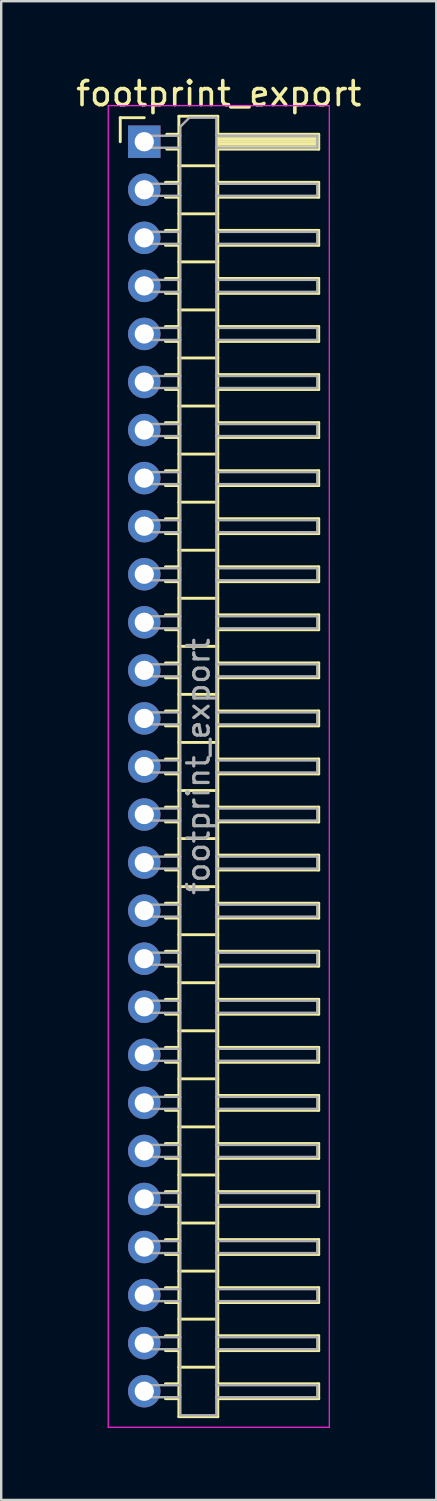
<source format=kicad_pcb>
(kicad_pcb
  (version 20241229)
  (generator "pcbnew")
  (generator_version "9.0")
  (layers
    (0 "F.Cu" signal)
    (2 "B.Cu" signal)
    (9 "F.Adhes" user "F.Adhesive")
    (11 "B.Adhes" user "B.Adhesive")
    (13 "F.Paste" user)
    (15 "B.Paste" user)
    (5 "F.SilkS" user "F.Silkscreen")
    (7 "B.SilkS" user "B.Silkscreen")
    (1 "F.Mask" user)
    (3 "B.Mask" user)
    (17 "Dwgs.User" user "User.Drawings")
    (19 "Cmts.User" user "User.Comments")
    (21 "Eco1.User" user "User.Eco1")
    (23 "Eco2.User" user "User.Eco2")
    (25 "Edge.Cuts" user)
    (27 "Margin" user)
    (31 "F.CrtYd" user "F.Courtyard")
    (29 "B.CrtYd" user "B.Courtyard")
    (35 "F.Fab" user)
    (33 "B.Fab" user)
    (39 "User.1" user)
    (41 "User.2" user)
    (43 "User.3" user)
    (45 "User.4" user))
  (footprint "footprint_export"
    (layer "F.Cu")
    (at 2.954 2.848)
    (property "Reference" "footprint_export" (at 3.1 -2 0) (layer "F.SilkS") (effects (font (size 1 1) (thickness 0.15))))
    (attr through_hole)
    (fp_line (start -1 -1) (end 0 -1) (stroke (width 0.12) (type solid)) (layer "F.SilkS"))
    (fp_line (start -1 0) (end -1 -1) (stroke (width 0.12) (type solid)) (layer "F.SilkS"))
    (fp_line (start 0.882 1.69) (end 1.44 1.69) (stroke (width 0.12) (type solid)) (layer "F.SilkS"))
    (fp_line (start 0.882 2.31) (end 1.44 2.31) (stroke (width 0.12) (type solid)) (layer "F.SilkS"))
    (fp_line (start 0.882 3.69) (end 1.44 3.69) (stroke (width 0.12) (type solid)) (layer "F.SilkS"))
    (fp_line (start 0.882 4.31) (end 1.44 4.31) (stroke (width 0.12) (type solid)) (layer "F.SilkS"))
    (fp_line (start 0.882 5.69) (end 1.44 5.69) (stroke (width 0.12) (type solid)) (layer "F.SilkS"))
    (fp_line (start 0.882 6.31) (end 1.44 6.31) (stroke (width 0.12) (type solid)) (layer "F.SilkS"))
    (fp_line (start 0.882 7.69) (end 1.44 7.69) (stroke (width 0.12) (type solid)) (layer "F.SilkS"))
    (fp_line (start 0.882 8.31) (end 1.44 8.31) (stroke (width 0.12) (type solid)) (layer "F.SilkS"))
    (fp_line (start 0.882 9.69) (end 1.44 9.69) (stroke (width 0.12) (type solid)) (layer "F.SilkS"))
    (fp_line (start 0.882 10.31) (end 1.44 10.31) (stroke (width 0.12) (type solid)) (layer "F.SilkS"))
    (fp_line (start 0.882 11.69) (end 1.44 11.69) (stroke (width 0.12) (type solid)) (layer "F.SilkS"))
    (fp_line (start 0.882 12.31) (end 1.44 12.31) (stroke (width 0.12) (type solid)) (layer "F.SilkS"))
    (fp_line (start 0.882 13.69) (end 1.44 13.69) (stroke (width 0.12) (type solid)) (layer "F.SilkS"))
    (fp_line (start 0.882 14.31) (end 1.44 14.31) (stroke (width 0.12) (type solid)) (layer "F.SilkS"))
    (fp_line (start 0.882 15.69) (end 1.44 15.69) (stroke (width 0.12) (type solid)) (layer "F.SilkS"))
    (fp_line (start 0.882 16.31) (end 1.44 16.31) (stroke (width 0.12) (type solid)) (layer "F.SilkS"))
    (fp_line (start 0.882 17.69) (end 1.44 17.69) (stroke (width 0.12) (type solid)) (layer "F.SilkS"))
    (fp_line (start 0.882 18.31) (end 1.44 18.31) (stroke (width 0.12) (type solid)) (layer "F.SilkS"))
    (fp_line (start 0.882 19.69) (end 1.44 19.69) (stroke (width 0.12) (type solid)) (layer "F.SilkS"))
    (fp_line (start 0.882 20.31) (end 1.44 20.31) (stroke (width 0.12) (type solid)) (layer "F.SilkS"))
    (fp_line (start 0.882 21.69) (end 1.44 21.69) (stroke (width 0.12) (type solid)) (layer "F.SilkS"))
    (fp_line (start 0.882 22.31) (end 1.44 22.31) (stroke (width 0.12) (type solid)) (layer "F.SilkS"))
    (fp_line (start 0.882 23.69) (end 1.44 23.69) (stroke (width 0.12) (type solid)) (layer "F.SilkS"))
    (fp_line (start 0.882 24.31) (end 1.44 24.31) (stroke (width 0.12) (type solid)) (layer "F.SilkS"))
    (fp_line (start 0.882 25.69) (end 1.44 25.69) (stroke (width 0.12) (type solid)) (layer "F.SilkS"))
    (fp_line (start 0.882 26.31) (end 1.44 26.31) (stroke (width 0.12) (type solid)) (layer "F.SilkS"))
    (fp_line (start 0.882 27.69) (end 1.44 27.69) (stroke (width 0.12) (type solid)) (layer "F.SilkS"))
    (fp_line (start 0.882 28.31) (end 1.44 28.31) (stroke (width 0.12) (type solid)) (layer "F.SilkS"))
    (fp_line (start 0.882 29.69) (end 1.44 29.69) (stroke (width 0.12) (type solid)) (layer "F.SilkS"))
    (fp_line (start 0.882 30.31) (end 1.44 30.31) (stroke (width 0.12) (type solid)) (layer "F.SilkS"))
    (fp_line (start 0.882 31.69) (end 1.44 31.69) (stroke (width 0.12) (type solid)) (layer "F.SilkS"))
    (fp_line (start 0.882 32.31) (end 1.44 32.31) (stroke (width 0.12) (type solid)) (layer "F.SilkS"))
    (fp_line (start 0.882 33.69) (end 1.44 33.69) (stroke (width 0.12) (type solid)) (layer "F.SilkS"))
    (fp_line (start 0.882 34.31) (end 1.44 34.31) (stroke (width 0.12) (type solid)) (layer "F.SilkS"))
    (fp_line (start 0.882 35.69) (end 1.44 35.69) (stroke (width 0.12) (type solid)) (layer "F.SilkS"))
    (fp_line (start 0.882 36.31) (end 1.44 36.31) (stroke (width 0.12) (type solid)) (layer "F.SilkS"))
    (fp_line (start 0.882 37.69) (end 1.44 37.69) (stroke (width 0.12) (type solid)) (layer "F.SilkS"))
    (fp_line (start 0.882 38.31) (end 1.44 38.31) (stroke (width 0.12) (type solid)) (layer "F.SilkS"))
    (fp_line (start 0.882 39.69) (end 1.44 39.69) (stroke (width 0.12) (type solid)) (layer "F.SilkS"))
    (fp_line (start 0.882 40.31) (end 1.44 40.31) (stroke (width 0.12) (type solid)) (layer "F.SilkS"))
    (fp_line (start 0.882 41.69) (end 1.44 41.69) (stroke (width 0.12) (type solid)) (layer "F.SilkS"))
    (fp_line (start 0.882 42.31) (end 1.44 42.31) (stroke (width 0.12) (type solid)) (layer "F.SilkS"))
    (fp_line (start 0.882 43.69) (end 1.44 43.69) (stroke (width 0.12) (type solid)) (layer "F.SilkS"))
    (fp_line (start 0.882 44.31) (end 1.44 44.31) (stroke (width 0.12) (type solid)) (layer "F.SilkS"))
    (fp_line (start 0.882 45.69) (end 1.44 45.69) (stroke (width 0.12) (type solid)) (layer "F.SilkS"))
    (fp_line (start 0.882 46.31) (end 1.44 46.31) (stroke (width 0.12) (type solid)) (layer "F.SilkS"))
    (fp_line (start 0.882 47.69) (end 1.44 47.69) (stroke (width 0.12) (type solid)) (layer "F.SilkS"))
    (fp_line (start 0.882 48.31) (end 1.44 48.31) (stroke (width 0.12) (type solid)) (layer "F.SilkS"))
    (fp_line (start 0.882 49.69) (end 1.44 49.69) (stroke (width 0.12) (type solid)) (layer "F.SilkS"))
    (fp_line (start 0.882 50.31) (end 1.44 50.31) (stroke (width 0.12) (type solid)) (layer "F.SilkS"))
    (fp_line (start 0.882 51.69) (end 1.44 51.69) (stroke (width 0.12) (type solid)) (layer "F.SilkS"))
    (fp_line (start 0.882 52.31) (end 1.44 52.31) (stroke (width 0.12) (type solid)) (layer "F.SilkS"))
    (fp_line (start 0.935 -0.31) (end 1.44 -0.31) (stroke (width 0.12) (type solid)) (layer "F.SilkS"))
    (fp_line (start 0.935 0.31) (end 1.44 0.31) (stroke (width 0.12) (type solid)) (layer "F.SilkS"))
    (fp_line (start 1.44 -1.06) (end 1.44 53.06) (stroke (width 0.12) (type solid)) (layer "F.SilkS"))
    (fp_line (start 1.44 1) (end 3.06 1) (stroke (width 0.12) (type solid)) (layer "F.SilkS"))
    (fp_line (start 1.44 3) (end 3.06 3) (stroke (width 0.12) (type solid)) (layer "F.SilkS"))
    (fp_line (start 1.44 5) (end 3.06 5) (stroke (width 0.12) (type solid)) (layer "F.SilkS"))
    (fp_line (start 1.44 7) (end 3.06 7) (stroke (width 0.12) (type solid)) (layer "F.SilkS"))
    (fp_line (start 1.44 9) (end 3.06 9) (stroke (width 0.12) (type solid)) (layer "F.SilkS"))
    (fp_line (start 1.44 11) (end 3.06 11) (stroke (width 0.12) (type solid)) (layer "F.SilkS"))
    (fp_line (start 1.44 13) (end 3.06 13) (stroke (width 0.12) (type solid)) (layer "F.SilkS"))
    (fp_line (start 1.44 15) (end 3.06 15) (stroke (width 0.12) (type solid)) (layer "F.SilkS"))
    (fp_line (start 1.44 17) (end 3.06 17) (stroke (width 0.12) (type solid)) (layer "F.SilkS"))
    (fp_line (start 1.44 19) (end 3.06 19) (stroke (width 0.12) (type solid)) (layer "F.SilkS"))
    (fp_line (start 1.44 21) (end 3.06 21) (stroke (width 0.12) (type solid)) (layer "F.SilkS"))
    (fp_line (start 1.44 23) (end 3.06 23) (stroke (width 0.12) (type solid)) (layer "F.SilkS"))
    (fp_line (start 1.44 25) (end 3.06 25) (stroke (width 0.12) (type solid)) (layer "F.SilkS"))
    (fp_line (start 1.44 27) (end 3.06 27) (stroke (width 0.12) (type solid)) (layer "F.SilkS"))
    (fp_line (start 1.44 29) (end 3.06 29) (stroke (width 0.12) (type solid)) (layer "F.SilkS"))
    (fp_line (start 1.44 31) (end 3.06 31) (stroke (width 0.12) (type solid)) (layer "F.SilkS"))
    (fp_line (start 1.44 33) (end 3.06 33) (stroke (width 0.12) (type solid)) (layer "F.SilkS"))
    (fp_line (start 1.44 35) (end 3.06 35) (stroke (width 0.12) (type solid)) (layer "F.SilkS"))
    (fp_line (start 1.44 37) (end 3.06 37) (stroke (width 0.12) (type solid)) (layer "F.SilkS"))
    (fp_line (start 1.44 39) (end 3.06 39) (stroke (width 0.12) (type solid)) (layer "F.SilkS"))
    (fp_line (start 1.44 41) (end 3.06 41) (stroke (width 0.12) (type solid)) (layer "F.SilkS"))
    (fp_line (start 1.44 43) (end 3.06 43) (stroke (width 0.12) (type solid)) (layer "F.SilkS"))
    (fp_line (start 1.44 45) (end 3.06 45) (stroke (width 0.12) (type solid)) (layer "F.SilkS"))
    (fp_line (start 1.44 47) (end 3.06 47) (stroke (width 0.12) (type solid)) (layer "F.SilkS"))
    (fp_line (start 1.44 49) (end 3.06 49) (stroke (width 0.12) (type solid)) (layer "F.SilkS"))
    (fp_line (start 1.44 51) (end 3.06 51) (stroke (width 0.12) (type solid)) (layer "F.SilkS"))
    (fp_line (start 1.44 53.06) (end 3.06 53.06) (stroke (width 0.12) (type solid)) (layer "F.SilkS"))
    (fp_line (start 3.06 -1.06) (end 1.44 -1.06) (stroke (width 0.12) (type solid)) (layer "F.SilkS"))
    (fp_line (start 3.06 -0.31) (end 7.26 -0.31) (stroke (width 0.12) (type solid)) (layer "F.SilkS"))
    (fp_line (start 3.06 -0.25) (end 7.26 -0.25) (stroke (width 0.12) (type solid)) (layer "F.SilkS"))
    (fp_line (start 3.06 -0.13) (end 7.26 -0.13) (stroke (width 0.12) (type solid)) (layer "F.SilkS"))
    (fp_line (start 3.06 -0.01) (end 7.26 -0.01) (stroke (width 0.12) (type solid)) (layer "F.SilkS"))
    (fp_line (start 3.06 0.11) (end 7.26 0.11) (stroke (width 0.12) (type solid)) (layer "F.SilkS"))
    (fp_line (start 3.06 0.23) (end 7.26 0.23) (stroke (width 0.12) (type solid)) (layer "F.SilkS"))
    (fp_line (start 3.06 1.69) (end 7.26 1.69) (stroke (width 0.12) (type solid)) (layer "F.SilkS"))
    (fp_line (start 3.06 3.69) (end 7.26 3.69) (stroke (width 0.12) (type solid)) (layer "F.SilkS"))
    (fp_line (start 3.06 5.69) (end 7.26 5.69) (stroke (width 0.12) (type solid)) (layer "F.SilkS"))
    (fp_line (start 3.06 7.69) (end 7.26 7.69) (stroke (width 0.12) (type solid)) (layer "F.SilkS"))
    (fp_line (start 3.06 9.69) (end 7.26 9.69) (stroke (width 0.12) (type solid)) (layer "F.SilkS"))
    (fp_line (start 3.06 11.69) (end 7.26 11.69) (stroke (width 0.12) (type solid)) (layer "F.SilkS"))
    (fp_line (start 3.06 13.69) (end 7.26 13.69) (stroke (width 0.12) (type solid)) (layer "F.SilkS"))
    (fp_line (start 3.06 15.69) (end 7.26 15.69) (stroke (width 0.12) (type solid)) (layer "F.SilkS"))
    (fp_line (start 3.06 17.69) (end 7.26 17.69) (stroke (width 0.12) (type solid)) (layer "F.SilkS"))
    (fp_line (start 3.06 19.69) (end 7.26 19.69) (stroke (width 0.12) (type solid)) (layer "F.SilkS"))
    (fp_line (start 3.06 21.69) (end 7.26 21.69) (stroke (width 0.12) (type solid)) (layer "F.SilkS"))
    (fp_line (start 3.06 23.69) (end 7.26 23.69) (stroke (width 0.12) (type solid)) (layer "F.SilkS"))
    (fp_line (start 3.06 25.69) (end 7.26 25.69) (stroke (width 0.12) (type solid)) (layer "F.SilkS"))
    (fp_line (start 3.06 27.69) (end 7.26 27.69) (stroke (width 0.12) (type solid)) (layer "F.SilkS"))
    (fp_line (start 3.06 29.69) (end 7.26 29.69) (stroke (width 0.12) (type solid)) (layer "F.SilkS"))
    (fp_line (start 3.06 31.69) (end 7.26 31.69) (stroke (width 0.12) (type solid)) (layer "F.SilkS"))
    (fp_line (start 3.06 33.69) (end 7.26 33.69) (stroke (width 0.12) (type solid)) (layer "F.SilkS"))
    (fp_line (start 3.06 35.69) (end 7.26 35.69) (stroke (width 0.12) (type solid)) (layer "F.SilkS"))
    (fp_line (start 3.06 37.69) (end 7.26 37.69) (stroke (width 0.12) (type solid)) (layer "F.SilkS"))
    (fp_line (start 3.06 39.69) (end 7.26 39.69) (stroke (width 0.12) (type solid)) (layer "F.SilkS"))
    (fp_line (start 3.06 41.69) (end 7.26 41.69) (stroke (width 0.12) (type solid)) (layer "F.SilkS"))
    (fp_line (start 3.06 43.69) (end 7.26 43.69) (stroke (width 0.12) (type solid)) (layer "F.SilkS"))
    (fp_line (start 3.06 45.69) (end 7.26 45.69) (stroke (width 0.12) (type solid)) (layer "F.SilkS"))
    (fp_line (start 3.06 47.69) (end 7.26 47.69) (stroke (width 0.12) (type solid)) (layer "F.SilkS"))
    (fp_line (start 3.06 49.69) (end 7.26 49.69) (stroke (width 0.12) (type solid)) (layer "F.SilkS"))
    (fp_line (start 3.06 51.69) (end 7.26 51.69) (stroke (width 0.12) (type solid)) (layer "F.SilkS"))
    (fp_line (start 3.06 53.06) (end 3.06 -1.06) (stroke (width 0.12) (type solid)) (layer "F.SilkS"))
    (fp_line (start 7.26 -0.31) (end 7.26 0.31) (stroke (width 0.12) (type solid)) (layer "F.SilkS"))
    (fp_line (start 7.26 0.31) (end 3.06 0.31) (stroke (width 0.12) (type solid)) (layer "F.SilkS"))
    (fp_line (start 7.26 1.69) (end 7.26 2.31) (stroke (width 0.12) (type solid)) (layer "F.SilkS"))
    (fp_line (start 7.26 2.31) (end 3.06 2.31) (stroke (width 0.12) (type solid)) (layer "F.SilkS"))
    (fp_line (start 7.26 3.69) (end 7.26 4.31) (stroke (width 0.12) (type solid)) (layer "F.SilkS"))
    (fp_line (start 7.26 4.31) (end 3.06 4.31) (stroke (width 0.12) (type solid)) (layer "F.SilkS"))
    (fp_line (start 7.26 5.69) (end 7.26 6.31) (stroke (width 0.12) (type solid)) (layer "F.SilkS"))
    (fp_line (start 7.26 6.31) (end 3.06 6.31) (stroke (width 0.12) (type solid)) (layer "F.SilkS"))
    (fp_line (start 7.26 7.69) (end 7.26 8.31) (stroke (width 0.12) (type solid)) (layer "F.SilkS"))
    (fp_line (start 7.26 8.31) (end 3.06 8.31) (stroke (width 0.12) (type solid)) (layer "F.SilkS"))
    (fp_line (start 7.26 9.69) (end 7.26 10.31) (stroke (width 0.12) (type solid)) (layer "F.SilkS"))
    (fp_line (start 7.26 10.31) (end 3.06 10.31) (stroke (width 0.12) (type solid)) (layer "F.SilkS"))
    (fp_line (start 7.26 11.69) (end 7.26 12.31) (stroke (width 0.12) (type solid)) (layer "F.SilkS"))
    (fp_line (start 7.26 12.31) (end 3.06 12.31) (stroke (width 0.12) (type solid)) (layer "F.SilkS"))
    (fp_line (start 7.26 13.69) (end 7.26 14.31) (stroke (width 0.12) (type solid)) (layer "F.SilkS"))
    (fp_line (start 7.26 14.31) (end 3.06 14.31) (stroke (width 0.12) (type solid)) (layer "F.SilkS"))
    (fp_line (start 7.26 15.69) (end 7.26 16.31) (stroke (width 0.12) (type solid)) (layer "F.SilkS"))
    (fp_line (start 7.26 16.31) (end 3.06 16.31) (stroke (width 0.12) (type solid)) (layer "F.SilkS"))
    (fp_line (start 7.26 17.69) (end 7.26 18.31) (stroke (width 0.12) (type solid)) (layer "F.SilkS"))
    (fp_line (start 7.26 18.31) (end 3.06 18.31) (stroke (width 0.12) (type solid)) (layer "F.SilkS"))
    (fp_line (start 7.26 19.69) (end 7.26 20.31) (stroke (width 0.12) (type solid)) (layer "F.SilkS"))
    (fp_line (start 7.26 20.31) (end 3.06 20.31) (stroke (width 0.12) (type solid)) (layer "F.SilkS"))
    (fp_line (start 7.26 21.69) (end 7.26 22.31) (stroke (width 0.12) (type solid)) (layer "F.SilkS"))
    (fp_line (start 7.26 22.31) (end 3.06 22.31) (stroke (width 0.12) (type solid)) (layer "F.SilkS"))
    (fp_line (start 7.26 23.69) (end 7.26 24.31) (stroke (width 0.12) (type solid)) (layer "F.SilkS"))
    (fp_line (start 7.26 24.31) (end 3.06 24.31) (stroke (width 0.12) (type solid)) (layer "F.SilkS"))
    (fp_line (start 7.26 25.69) (end 7.26 26.31) (stroke (width 0.12) (type solid)) (layer "F.SilkS"))
    (fp_line (start 7.26 26.31) (end 3.06 26.31) (stroke (width 0.12) (type solid)) (layer "F.SilkS"))
    (fp_line (start 7.26 27.69) (end 7.26 28.31) (stroke (width 0.12) (type solid)) (layer "F.SilkS"))
    (fp_line (start 7.26 28.31) (end 3.06 28.31) (stroke (width 0.12) (type solid)) (layer "F.SilkS"))
    (fp_line (start 7.26 29.69) (end 7.26 30.31) (stroke (width 0.12) (type solid)) (layer "F.SilkS"))
    (fp_line (start 7.26 30.31) (end 3.06 30.31) (stroke (width 0.12) (type solid)) (layer "F.SilkS"))
    (fp_line (start 7.26 31.69) (end 7.26 32.31) (stroke (width 0.12) (type solid)) (layer "F.SilkS"))
    (fp_line (start 7.26 32.31) (end 3.06 32.31) (stroke (width 0.12) (type solid)) (layer "F.SilkS"))
    (fp_line (start 7.26 33.69) (end 7.26 34.31) (stroke (width 0.12) (type solid)) (layer "F.SilkS"))
    (fp_line (start 7.26 34.31) (end 3.06 34.31) (stroke (width 0.12) (type solid)) (layer "F.SilkS"))
    (fp_line (start 7.26 35.69) (end 7.26 36.31) (stroke (width 0.12) (type solid)) (layer "F.SilkS"))
    (fp_line (start 7.26 36.31) (end 3.06 36.31) (stroke (width 0.12) (type solid)) (layer "F.SilkS"))
    (fp_line (start 7.26 37.69) (end 7.26 38.31) (stroke (width 0.12) (type solid)) (layer "F.SilkS"))
    (fp_line (start 7.26 38.31) (end 3.06 38.31) (stroke (width 0.12) (type solid)) (layer "F.SilkS"))
    (fp_line (start 7.26 39.69) (end 7.26 40.31) (stroke (width 0.12) (type solid)) (layer "F.SilkS"))
    (fp_line (start 7.26 40.31) (end 3.06 40.31) (stroke (width 0.12) (type solid)) (layer "F.SilkS"))
    (fp_line (start 7.26 41.69) (end 7.26 42.31) (stroke (width 0.12) (type solid)) (layer "F.SilkS"))
    (fp_line (start 7.26 42.31) (end 3.06 42.31) (stroke (width 0.12) (type solid)) (layer "F.SilkS"))
    (fp_line (start 7.26 43.69) (end 7.26 44.31) (stroke (width 0.12) (type solid)) (layer "F.SilkS"))
    (fp_line (start 7.26 44.31) (end 3.06 44.31) (stroke (width 0.12) (type solid)) (layer "F.SilkS"))
    (fp_line (start 7.26 45.69) (end 7.26 46.31) (stroke (width 0.12) (type solid)) (layer "F.SilkS"))
    (fp_line (start 7.26 46.31) (end 3.06 46.31) (stroke (width 0.12) (type solid)) (layer "F.SilkS"))
    (fp_line (start 7.26 47.69) (end 7.26 48.31) (stroke (width 0.12) (type solid)) (layer "F.SilkS"))
    (fp_line (start 7.26 48.31) (end 3.06 48.31) (stroke (width 0.12) (type solid)) (layer "F.SilkS"))
    (fp_line (start 7.26 49.69) (end 7.26 50.31) (stroke (width 0.12) (type solid)) (layer "F.SilkS"))
    (fp_line (start 7.26 50.31) (end 3.06 50.31) (stroke (width 0.12) (type solid)) (layer "F.SilkS"))
    (fp_line (start 7.26 51.69) (end 7.26 52.31) (stroke (width 0.12) (type solid)) (layer "F.SilkS"))
    (fp_line (start 7.26 52.31) (end 3.06 52.31) (stroke (width 0.12) (type solid)) (layer "F.SilkS"))
    (fp_line (start -1.5 -1.5) (end -1.5 53.5) (stroke (width 0.05) (type solid)) (layer "F.CrtYd"))
    (fp_line (start -1.5 53.5) (end 7.7 53.5) (stroke (width 0.05) (type solid)) (layer "F.CrtYd"))
    (fp_line (start 7.7 -1.5) (end -1.5 -1.5) (stroke (width 0.05) (type solid)) (layer "F.CrtYd"))
    (fp_line (start 7.7 53.5) (end 7.7 -1.5) (stroke (width 0.05) (type solid)) (layer "F.CrtYd"))
    (fp_line (start -0.25 -0.25) (end -0.25 0.25) (stroke (width 0.1) (type solid)) (layer "F.Fab"))
    (fp_line (start -0.25 -0.25) (end 1.5 -0.25) (stroke (width 0.1) (type solid)) (layer "F.Fab"))
    (fp_line (start -0.25 0.25) (end 1.5 0.25) (stroke (width 0.1) (type solid)) (layer "F.Fab"))
    (fp_line (start -0.25 1.75) (end -0.25 2.25) (stroke (width 0.1) (type solid)) (layer "F.Fab"))
    (fp_line (start -0.25 1.75) (end 1.5 1.75) (stroke (width 0.1) (type solid)) (layer "F.Fab"))
    (fp_line (start -0.25 2.25) (end 1.5 2.25) (stroke (width 0.1) (type solid)) (layer "F.Fab"))
    (fp_line (start -0.25 3.75) (end -0.25 4.25) (stroke (width 0.1) (type solid)) (layer "F.Fab"))
    (fp_line (start -0.25 3.75) (end 1.5 3.75) (stroke (width 0.1) (type solid)) (layer "F.Fab"))
    (fp_line (start -0.25 4.25) (end 1.5 4.25) (stroke (width 0.1) (type solid)) (layer "F.Fab"))
    (fp_line (start -0.25 5.75) (end -0.25 6.25) (stroke (width 0.1) (type solid)) (layer "F.Fab"))
    (fp_line (start -0.25 5.75) (end 1.5 5.75) (stroke (width 0.1) (type solid)) (layer "F.Fab"))
    (fp_line (start -0.25 6.25) (end 1.5 6.25) (stroke (width 0.1) (type solid)) (layer "F.Fab"))
    (fp_line (start -0.25 7.75) (end -0.25 8.25) (stroke (width 0.1) (type solid)) (layer "F.Fab"))
    (fp_line (start -0.25 7.75) (end 1.5 7.75) (stroke (width 0.1) (type solid)) (layer "F.Fab"))
    (fp_line (start -0.25 8.25) (end 1.5 8.25) (stroke (width 0.1) (type solid)) (layer "F.Fab"))
    (fp_line (start -0.25 9.75) (end -0.25 10.25) (stroke (width 0.1) (type solid)) (layer "F.Fab"))
    (fp_line (start -0.25 9.75) (end 1.5 9.75) (stroke (width 0.1) (type solid)) (layer "F.Fab"))
    (fp_line (start -0.25 10.25) (end 1.5 10.25) (stroke (width 0.1) (type solid)) (layer "F.Fab"))
    (fp_line (start -0.25 11.75) (end -0.25 12.25) (stroke (width 0.1) (type solid)) (layer "F.Fab"))
    (fp_line (start -0.25 11.75) (end 1.5 11.75) (stroke (width 0.1) (type solid)) (layer "F.Fab"))
    (fp_line (start -0.25 12.25) (end 1.5 12.25) (stroke (width 0.1) (type solid)) (layer "F.Fab"))
    (fp_line (start -0.25 13.75) (end -0.25 14.25) (stroke (width 0.1) (type solid)) (layer "F.Fab"))
    (fp_line (start -0.25 13.75) (end 1.5 13.75) (stroke (width 0.1) (type solid)) (layer "F.Fab"))
    (fp_line (start -0.25 14.25) (end 1.5 14.25) (stroke (width 0.1) (type solid)) (layer "F.Fab"))
    (fp_line (start -0.25 15.75) (end -0.25 16.25) (stroke (width 0.1) (type solid)) (layer "F.Fab"))
    (fp_line (start -0.25 15.75) (end 1.5 15.75) (stroke (width 0.1) (type solid)) (layer "F.Fab"))
    (fp_line (start -0.25 16.25) (end 1.5 16.25) (stroke (width 0.1) (type solid)) (layer "F.Fab"))
    (fp_line (start -0.25 17.75) (end -0.25 18.25) (stroke (width 0.1) (type solid)) (layer "F.Fab"))
    (fp_line (start -0.25 17.75) (end 1.5 17.75) (stroke (width 0.1) (type solid)) (layer "F.Fab"))
    (fp_line (start -0.25 18.25) (end 1.5 18.25) (stroke (width 0.1) (type solid)) (layer "F.Fab"))
    (fp_line (start -0.25 19.75) (end -0.25 20.25) (stroke (width 0.1) (type solid)) (layer "F.Fab"))
    (fp_line (start -0.25 19.75) (end 1.5 19.75) (stroke (width 0.1) (type solid)) (layer "F.Fab"))
    (fp_line (start -0.25 20.25) (end 1.5 20.25) (stroke (width 0.1) (type solid)) (layer "F.Fab"))
    (fp_line (start -0.25 21.75) (end -0.25 22.25) (stroke (width 0.1) (type solid)) (layer "F.Fab"))
    (fp_line (start -0.25 21.75) (end 1.5 21.75) (stroke (width 0.1) (type solid)) (layer "F.Fab"))
    (fp_line (start -0.25 22.25) (end 1.5 22.25) (stroke (width 0.1) (type solid)) (layer "F.Fab"))
    (fp_line (start -0.25 23.75) (end -0.25 24.25) (stroke (width 0.1) (type solid)) (layer "F.Fab"))
    (fp_line (start -0.25 23.75) (end 1.5 23.75) (stroke (width 0.1) (type solid)) (layer "F.Fab"))
    (fp_line (start -0.25 24.25) (end 1.5 24.25) (stroke (width 0.1) (type solid)) (layer "F.Fab"))
    (fp_line (start -0.25 25.75) (end -0.25 26.25) (stroke (width 0.1) (type solid)) (layer "F.Fab"))
    (fp_line (start -0.25 25.75) (end 1.5 25.75) (stroke (width 0.1) (type solid)) (layer "F.Fab"))
    (fp_line (start -0.25 26.25) (end 1.5 26.25) (stroke (width 0.1) (type solid)) (layer "F.Fab"))
    (fp_line (start -0.25 27.75) (end -0.25 28.25) (stroke (width 0.1) (type solid)) (layer "F.Fab"))
    (fp_line (start -0.25 27.75) (end 1.5 27.75) (stroke (width 0.1) (type solid)) (layer "F.Fab"))
    (fp_line (start -0.25 28.25) (end 1.5 28.25) (stroke (width 0.1) (type solid)) (layer "F.Fab"))
    (fp_line (start -0.25 29.75) (end -0.25 30.25) (stroke (width 0.1) (type solid)) (layer "F.Fab"))
    (fp_line (start -0.25 29.75) (end 1.5 29.75) (stroke (width 0.1) (type solid)) (layer "F.Fab"))
    (fp_line (start -0.25 30.25) (end 1.5 30.25) (stroke (width 0.1) (type solid)) (layer "F.Fab"))
    (fp_line (start -0.25 31.75) (end -0.25 32.25) (stroke (width 0.1) (type solid)) (layer "F.Fab"))
    (fp_line (start -0.25 31.75) (end 1.5 31.75) (stroke (width 0.1) (type solid)) (layer "F.Fab"))
    (fp_line (start -0.25 32.25) (end 1.5 32.25) (stroke (width 0.1) (type solid)) (layer "F.Fab"))
    (fp_line (start -0.25 33.75) (end -0.25 34.25) (stroke (width 0.1) (type solid)) (layer "F.Fab"))
    (fp_line (start -0.25 33.75) (end 1.5 33.75) (stroke (width 0.1) (type solid)) (layer "F.Fab"))
    (fp_line (start -0.25 34.25) (end 1.5 34.25) (stroke (width 0.1) (type solid)) (layer "F.Fab"))
    (fp_line (start -0.25 35.75) (end -0.25 36.25) (stroke (width 0.1) (type solid)) (layer "F.Fab"))
    (fp_line (start -0.25 35.75) (end 1.5 35.75) (stroke (width 0.1) (type solid)) (layer "F.Fab"))
    (fp_line (start -0.25 36.25) (end 1.5 36.25) (stroke (width 0.1) (type solid)) (layer "F.Fab"))
    (fp_line (start -0.25 37.75) (end -0.25 38.25) (stroke (width 0.1) (type solid)) (layer "F.Fab"))
    (fp_line (start -0.25 37.75) (end 1.5 37.75) (stroke (width 0.1) (type solid)) (layer "F.Fab"))
    (fp_line (start -0.25 38.25) (end 1.5 38.25) (stroke (width 0.1) (type solid)) (layer "F.Fab"))
    (fp_line (start -0.25 39.75) (end -0.25 40.25) (stroke (width 0.1) (type solid)) (layer "F.Fab"))
    (fp_line (start -0.25 39.75) (end 1.5 39.75) (stroke (width 0.1) (type solid)) (layer "F.Fab"))
    (fp_line (start -0.25 40.25) (end 1.5 40.25) (stroke (width 0.1) (type solid)) (layer "F.Fab"))
    (fp_line (start -0.25 41.75) (end -0.25 42.25) (stroke (width 0.1) (type solid)) (layer "F.Fab"))
    (fp_line (start -0.25 41.75) (end 1.5 41.75) (stroke (width 0.1) (type solid)) (layer "F.Fab"))
    (fp_line (start -0.25 42.25) (end 1.5 42.25) (stroke (width 0.1) (type solid)) (layer "F.Fab"))
    (fp_line (start -0.25 43.75) (end -0.25 44.25) (stroke (width 0.1) (type solid)) (layer "F.Fab"))
    (fp_line (start -0.25 43.75) (end 1.5 43.75) (stroke (width 0.1) (type solid)) (layer "F.Fab"))
    (fp_line (start -0.25 44.25) (end 1.5 44.25) (stroke (width 0.1) (type solid)) (layer "F.Fab"))
    (fp_line (start -0.25 45.75) (end -0.25 46.25) (stroke (width 0.1) (type solid)) (layer "F.Fab"))
    (fp_line (start -0.25 45.75) (end 1.5 45.75) (stroke (width 0.1) (type solid)) (layer "F.Fab"))
    (fp_line (start -0.25 46.25) (end 1.5 46.25) (stroke (width 0.1) (type solid)) (layer "F.Fab"))
    (fp_line (start -0.25 47.75) (end -0.25 48.25) (stroke (width 0.1) (type solid)) (layer "F.Fab"))
    (fp_line (start -0.25 47.75) (end 1.5 47.75) (stroke (width 0.1) (type solid)) (layer "F.Fab"))
    (fp_line (start -0.25 48.25) (end 1.5 48.25) (stroke (width 0.1) (type solid)) (layer "F.Fab"))
    (fp_line (start -0.25 49.75) (end -0.25 50.25) (stroke (width 0.1) (type solid)) (layer "F.Fab"))
    (fp_line (start -0.25 49.75) (end 1.5 49.75) (stroke (width 0.1) (type solid)) (layer "F.Fab"))
    (fp_line (start -0.25 50.25) (end 1.5 50.25) (stroke (width 0.1) (type solid)) (layer "F.Fab"))
    (fp_line (start -0.25 51.75) (end -0.25 52.25) (stroke (width 0.1) (type solid)) (layer "F.Fab"))
    (fp_line (start -0.25 51.75) (end 1.5 51.75) (stroke (width 0.1) (type solid)) (layer "F.Fab"))
    (fp_line (start -0.25 52.25) (end 1.5 52.25) (stroke (width 0.1) (type solid)) (layer "F.Fab"))
    (fp_line (start 1.5 -0.625) (end 1.875 -1) (stroke (width 0.1) (type solid)) (layer "F.Fab"))
    (fp_line (start 1.5 53) (end 1.5 -0.625) (stroke (width 0.1) (type solid)) (layer "F.Fab"))
    (fp_line (start 1.875 -1) (end 3 -1) (stroke (width 0.1) (type solid)) (layer "F.Fab"))
    (fp_line (start 3 -1) (end 3 53) (stroke (width 0.1) (type solid)) (layer "F.Fab"))
    (fp_line (start 3 -0.25) (end 7.2 -0.25) (stroke (width 0.1) (type solid)) (layer "F.Fab"))
    (fp_line (start 3 0.25) (end 7.2 0.25) (stroke (width 0.1) (type solid)) (layer "F.Fab"))
    (fp_line (start 3 1.75) (end 7.2 1.75) (stroke (width 0.1) (type solid)) (layer "F.Fab"))
    (fp_line (start 3 2.25) (end 7.2 2.25) (stroke (width 0.1) (type solid)) (layer "F.Fab"))
    (fp_line (start 3 3.75) (end 7.2 3.75) (stroke (width 0.1) (type solid)) (layer "F.Fab"))
    (fp_line (start 3 4.25) (end 7.2 4.25) (stroke (width 0.1) (type solid)) (layer "F.Fab"))
    (fp_line (start 3 5.75) (end 7.2 5.75) (stroke (width 0.1) (type solid)) (layer "F.Fab"))
    (fp_line (start 3 6.25) (end 7.2 6.25) (stroke (width 0.1) (type solid)) (layer "F.Fab"))
    (fp_line (start 3 7.75) (end 7.2 7.75) (stroke (width 0.1) (type solid)) (layer "F.Fab"))
    (fp_line (start 3 8.25) (end 7.2 8.25) (stroke (width 0.1) (type solid)) (layer "F.Fab"))
    (fp_line (start 3 9.75) (end 7.2 9.75) (stroke (width 0.1) (type solid)) (layer "F.Fab"))
    (fp_line (start 3 10.25) (end 7.2 10.25) (stroke (width 0.1) (type solid)) (layer "F.Fab"))
    (fp_line (start 3 11.75) (end 7.2 11.75) (stroke (width 0.1) (type solid)) (layer "F.Fab"))
    (fp_line (start 3 12.25) (end 7.2 12.25) (stroke (width 0.1) (type solid)) (layer "F.Fab"))
    (fp_line (start 3 13.75) (end 7.2 13.75) (stroke (width 0.1) (type solid)) (layer "F.Fab"))
    (fp_line (start 3 14.25) (end 7.2 14.25) (stroke (width 0.1) (type solid)) (layer "F.Fab"))
    (fp_line (start 3 15.75) (end 7.2 15.75) (stroke (width 0.1) (type solid)) (layer "F.Fab"))
    (fp_line (start 3 16.25) (end 7.2 16.25) (stroke (width 0.1) (type solid)) (layer "F.Fab"))
    (fp_line (start 3 17.75) (end 7.2 17.75) (stroke (width 0.1) (type solid)) (layer "F.Fab"))
    (fp_line (start 3 18.25) (end 7.2 18.25) (stroke (width 0.1) (type solid)) (layer "F.Fab"))
    (fp_line (start 3 19.75) (end 7.2 19.75) (stroke (width 0.1) (type solid)) (layer "F.Fab"))
    (fp_line (start 3 20.25) (end 7.2 20.25) (stroke (width 0.1) (type solid)) (layer "F.Fab"))
    (fp_line (start 3 21.75) (end 7.2 21.75) (stroke (width 0.1) (type solid)) (layer "F.Fab"))
    (fp_line (start 3 22.25) (end 7.2 22.25) (stroke (width 0.1) (type solid)) (layer "F.Fab"))
    (fp_line (start 3 23.75) (end 7.2 23.75) (stroke (width 0.1) (type solid)) (layer "F.Fab"))
    (fp_line (start 3 24.25) (end 7.2 24.25) (stroke (width 0.1) (type solid)) (layer "F.Fab"))
    (fp_line (start 3 25.75) (end 7.2 25.75) (stroke (width 0.1) (type solid)) (layer "F.Fab"))
    (fp_line (start 3 26.25) (end 7.2 26.25) (stroke (width 0.1) (type solid)) (layer "F.Fab"))
    (fp_line (start 3 27.75) (end 7.2 27.75) (stroke (width 0.1) (type solid)) (layer "F.Fab"))
    (fp_line (start 3 28.25) (end 7.2 28.25) (stroke (width 0.1) (type solid)) (layer "F.Fab"))
    (fp_line (start 3 29.75) (end 7.2 29.75) (stroke (width 0.1) (type solid)) (layer "F.Fab"))
    (fp_line (start 3 30.25) (end 7.2 30.25) (stroke (width 0.1) (type solid)) (layer "F.Fab"))
    (fp_line (start 3 31.75) (end 7.2 31.75) (stroke (width 0.1) (type solid)) (layer "F.Fab"))
    (fp_line (start 3 32.25) (end 7.2 32.25) (stroke (width 0.1) (type solid)) (layer "F.Fab"))
    (fp_line (start 3 33.75) (end 7.2 33.75) (stroke (width 0.1) (type solid)) (layer "F.Fab"))
    (fp_line (start 3 34.25) (end 7.2 34.25) (stroke (width 0.1) (type solid)) (layer "F.Fab"))
    (fp_line (start 3 35.75) (end 7.2 35.75) (stroke (width 0.1) (type solid)) (layer "F.Fab"))
    (fp_line (start 3 36.25) (end 7.2 36.25) (stroke (width 0.1) (type solid)) (layer "F.Fab"))
    (fp_line (start 3 37.75) (end 7.2 37.75) (stroke (width 0.1) (type solid)) (layer "F.Fab"))
    (fp_line (start 3 38.25) (end 7.2 38.25) (stroke (width 0.1) (type solid)) (layer "F.Fab"))
    (fp_line (start 3 39.75) (end 7.2 39.75) (stroke (width 0.1) (type solid)) (layer "F.Fab"))
    (fp_line (start 3 40.25) (end 7.2 40.25) (stroke (width 0.1) (type solid)) (layer "F.Fab"))
    (fp_line (start 3 41.75) (end 7.2 41.75) (stroke (width 0.1) (type solid)) (layer "F.Fab"))
    (fp_line (start 3 42.25) (end 7.2 42.25) (stroke (width 0.1) (type solid)) (layer "F.Fab"))
    (fp_line (start 3 43.75) (end 7.2 43.75) (stroke (width 0.1) (type solid)) (layer "F.Fab"))
    (fp_line (start 3 44.25) (end 7.2 44.25) (stroke (width 0.1) (type solid)) (layer "F.Fab"))
    (fp_line (start 3 45.75) (end 7.2 45.75) (stroke (width 0.1) (type solid)) (layer "F.Fab"))
    (fp_line (start 3 46.25) (end 7.2 46.25) (stroke (width 0.1) (type solid)) (layer "F.Fab"))
    (fp_line (start 3 47.75) (end 7.2 47.75) (stroke (width 0.1) (type solid)) (layer "F.Fab"))
    (fp_line (start 3 48.25) (end 7.2 48.25) (stroke (width 0.1) (type solid)) (layer "F.Fab"))
    (fp_line (start 3 49.75) (end 7.2 49.75) (stroke (width 0.1) (type solid)) (layer "F.Fab"))
    (fp_line (start 3 50.25) (end 7.2 50.25) (stroke (width 0.1) (type solid)) (layer "F.Fab"))
    (fp_line (start 3 51.75) (end 7.2 51.75) (stroke (width 0.1) (type solid)) (layer "F.Fab"))
    (fp_line (start 3 52.25) (end 7.2 52.25) (stroke (width 0.1) (type solid)) (layer "F.Fab"))
    (fp_line (start 3 53) (end 1.5 53) (stroke (width 0.1) (type solid)) (layer "F.Fab"))
    (fp_line (start 7.2 -0.25) (end 7.2 0.25) (stroke (width 0.1) (type solid)) (layer "F.Fab"))
    (fp_line (start 7.2 1.75) (end 7.2 2.25) (stroke (width 0.1) (type solid)) (layer "F.Fab"))
    (fp_line (start 7.2 3.75) (end 7.2 4.25) (stroke (width 0.1) (type solid)) (layer "F.Fab"))
    (fp_line (start 7.2 5.75) (end 7.2 6.25) (stroke (width 0.1) (type solid)) (layer "F.Fab"))
    (fp_line (start 7.2 7.75) (end 7.2 8.25) (stroke (width 0.1) (type solid)) (layer "F.Fab"))
    (fp_line (start 7.2 9.75) (end 7.2 10.25) (stroke (width 0.1) (type solid)) (layer "F.Fab"))
    (fp_line (start 7.2 11.75) (end 7.2 12.25) (stroke (width 0.1) (type solid)) (layer "F.Fab"))
    (fp_line (start 7.2 13.75) (end 7.2 14.25) (stroke (width 0.1) (type solid)) (layer "F.Fab"))
    (fp_line (start 7.2 15.75) (end 7.2 16.25) (stroke (width 0.1) (type solid)) (layer "F.Fab"))
    (fp_line (start 7.2 17.75) (end 7.2 18.25) (stroke (width 0.1) (type solid)) (layer "F.Fab"))
    (fp_line (start 7.2 19.75) (end 7.2 20.25) (stroke (width 0.1) (type solid)) (layer "F.Fab"))
    (fp_line (start 7.2 21.75) (end 7.2 22.25) (stroke (width 0.1) (type solid)) (layer "F.Fab"))
    (fp_line (start 7.2 23.75) (end 7.2 24.25) (stroke (width 0.1) (type solid)) (layer "F.Fab"))
    (fp_line (start 7.2 25.75) (end 7.2 26.25) (stroke (width 0.1) (type solid)) (layer "F.Fab"))
    (fp_line (start 7.2 27.75) (end 7.2 28.25) (stroke (width 0.1) (type solid)) (layer "F.Fab"))
    (fp_line (start 7.2 29.75) (end 7.2 30.25) (stroke (width 0.1) (type solid)) (layer "F.Fab"))
    (fp_line (start 7.2 31.75) (end 7.2 32.25) (stroke (width 0.1) (type solid)) (layer "F.Fab"))
    (fp_line (start 7.2 33.75) (end 7.2 34.25) (stroke (width 0.1) (type solid)) (layer "F.Fab"))
    (fp_line (start 7.2 35.75) (end 7.2 36.25) (stroke (width 0.1) (type solid)) (layer "F.Fab"))
    (fp_line (start 7.2 37.75) (end 7.2 38.25) (stroke (width 0.1) (type solid)) (layer "F.Fab"))
    (fp_line (start 7.2 39.75) (end 7.2 40.25) (stroke (width 0.1) (type solid)) (layer "F.Fab"))
    (fp_line (start 7.2 41.75) (end 7.2 42.25) (stroke (width 0.1) (type solid)) (layer "F.Fab"))
    (fp_line (start 7.2 43.75) (end 7.2 44.25) (stroke (width 0.1) (type solid)) (layer "F.Fab"))
    (fp_line (start 7.2 45.75) (end 7.2 46.25) (stroke (width 0.1) (type solid)) (layer "F.Fab"))
    (fp_line (start 7.2 47.75) (end 7.2 48.25) (stroke (width 0.1) (type solid)) (layer "F.Fab"))
    (fp_line (start 7.2 49.75) (end 7.2 50.25) (stroke (width 0.1) (type solid)) (layer "F.Fab"))
    (fp_line (start 7.2 51.75) (end 7.2 52.25) (stroke (width 0.1) (type solid)) (layer "F.Fab"))
    (fp_text user "${REFERENCE}" (at 2.25 26 90) (layer "F.Fab") (effects (font (size 0.9 0.9) (thickness 0.135))))
    (pad "1" thru_hole rect (at 0 0) (size 1.35 1.35) (drill 0.8) (layers "*.Cu" "*.Mask"))
    (pad "2" thru_hole oval (at 0 2) (size 1.35 1.35) (drill 0.8) (layers "*.Cu" "*.Mask"))
    (pad "3" thru_hole oval (at 0 4) (size 1.35 1.35) (drill 0.8) (layers "*.Cu" "*.Mask"))
    (pad "4" thru_hole oval (at 0 6) (size 1.35 1.35) (drill 0.8) (layers "*.Cu" "*.Mask"))
    (pad "5" thru_hole oval (at 0 8) (size 1.35 1.35) (drill 0.8) (layers "*.Cu" "*.Mask"))
    (pad "6" thru_hole oval (at 0 10) (size 1.35 1.35) (drill 0.8) (layers "*.Cu" "*.Mask"))
    (pad "7" thru_hole oval (at 0 12) (size 1.35 1.35) (drill 0.8) (layers "*.Cu" "*.Mask"))
    (pad "8" thru_hole oval (at 0 14) (size 1.35 1.35) (drill 0.8) (layers "*.Cu" "*.Mask"))
    (pad "9" thru_hole oval (at 0 16) (size 1.35 1.35) (drill 0.8) (layers "*.Cu" "*.Mask"))
    (pad "10" thru_hole oval (at 0 18) (size 1.35 1.35) (drill 0.8) (layers "*.Cu" "*.Mask"))
    (pad "11" thru_hole oval (at 0 20) (size 1.35 1.35) (drill 0.8) (layers "*.Cu" "*.Mask"))
    (pad "12" thru_hole oval (at 0 22) (size 1.35 1.35) (drill 0.8) (layers "*.Cu" "*.Mask"))
    (pad "13" thru_hole oval (at 0 24) (size 1.35 1.35) (drill 0.8) (layers "*.Cu" "*.Mask"))
    (pad "14" thru_hole oval (at 0 26) (size 1.35 1.35) (drill 0.8) (layers "*.Cu" "*.Mask"))
    (pad "15" thru_hole oval (at 0 28) (size 1.35 1.35) (drill 0.8) (layers "*.Cu" "*.Mask"))
    (pad "16" thru_hole oval (at 0 30) (size 1.35 1.35) (drill 0.8) (layers "*.Cu" "*.Mask"))
    (pad "17" thru_hole oval (at 0 32) (size 1.35 1.35) (drill 0.8) (layers "*.Cu" "*.Mask"))
    (pad "18" thru_hole oval (at 0 34) (size 1.35 1.35) (drill 0.8) (layers "*.Cu" "*.Mask"))
    (pad "19" thru_hole oval (at 0 36) (size 1.35 1.35) (drill 0.8) (layers "*.Cu" "*.Mask"))
    (pad "20" thru_hole oval (at 0 38) (size 1.35 1.35) (drill 0.8) (layers "*.Cu" "*.Mask"))
    (pad "21" thru_hole oval (at 0 40) (size 1.35 1.35) (drill 0.8) (layers "*.Cu" "*.Mask"))
    (pad "22" thru_hole oval (at 0 42) (size 1.35 1.35) (drill 0.8) (layers "*.Cu" "*.Mask"))
    (pad "23" thru_hole oval (at 0 44) (size 1.35 1.35) (drill 0.8) (layers "*.Cu" "*.Mask"))
    (pad "24" thru_hole oval (at 0 46) (size 1.35 1.35) (drill 0.8) (layers "*.Cu" "*.Mask"))
    (pad "25" thru_hole oval (at 0 48) (size 1.35 1.35) (drill 0.8) (layers "*.Cu" "*.Mask"))
    (pad "26" thru_hole oval (at 0 50) (size 1.35 1.35) (drill 0.8) (layers "*.Cu" "*.Mask"))
    (pad "27" thru_hole oval (at 0 52) (size 1.35 1.35) (drill 0.8) (layers "*.Cu" "*.Mask")))
  (gr_rect
    (start -3 -3)
    (end 15.107 59.373)
    (stroke (width 0.1) (type default))
    (fill no)
    (layer "Edge.Cuts")))
</source>
